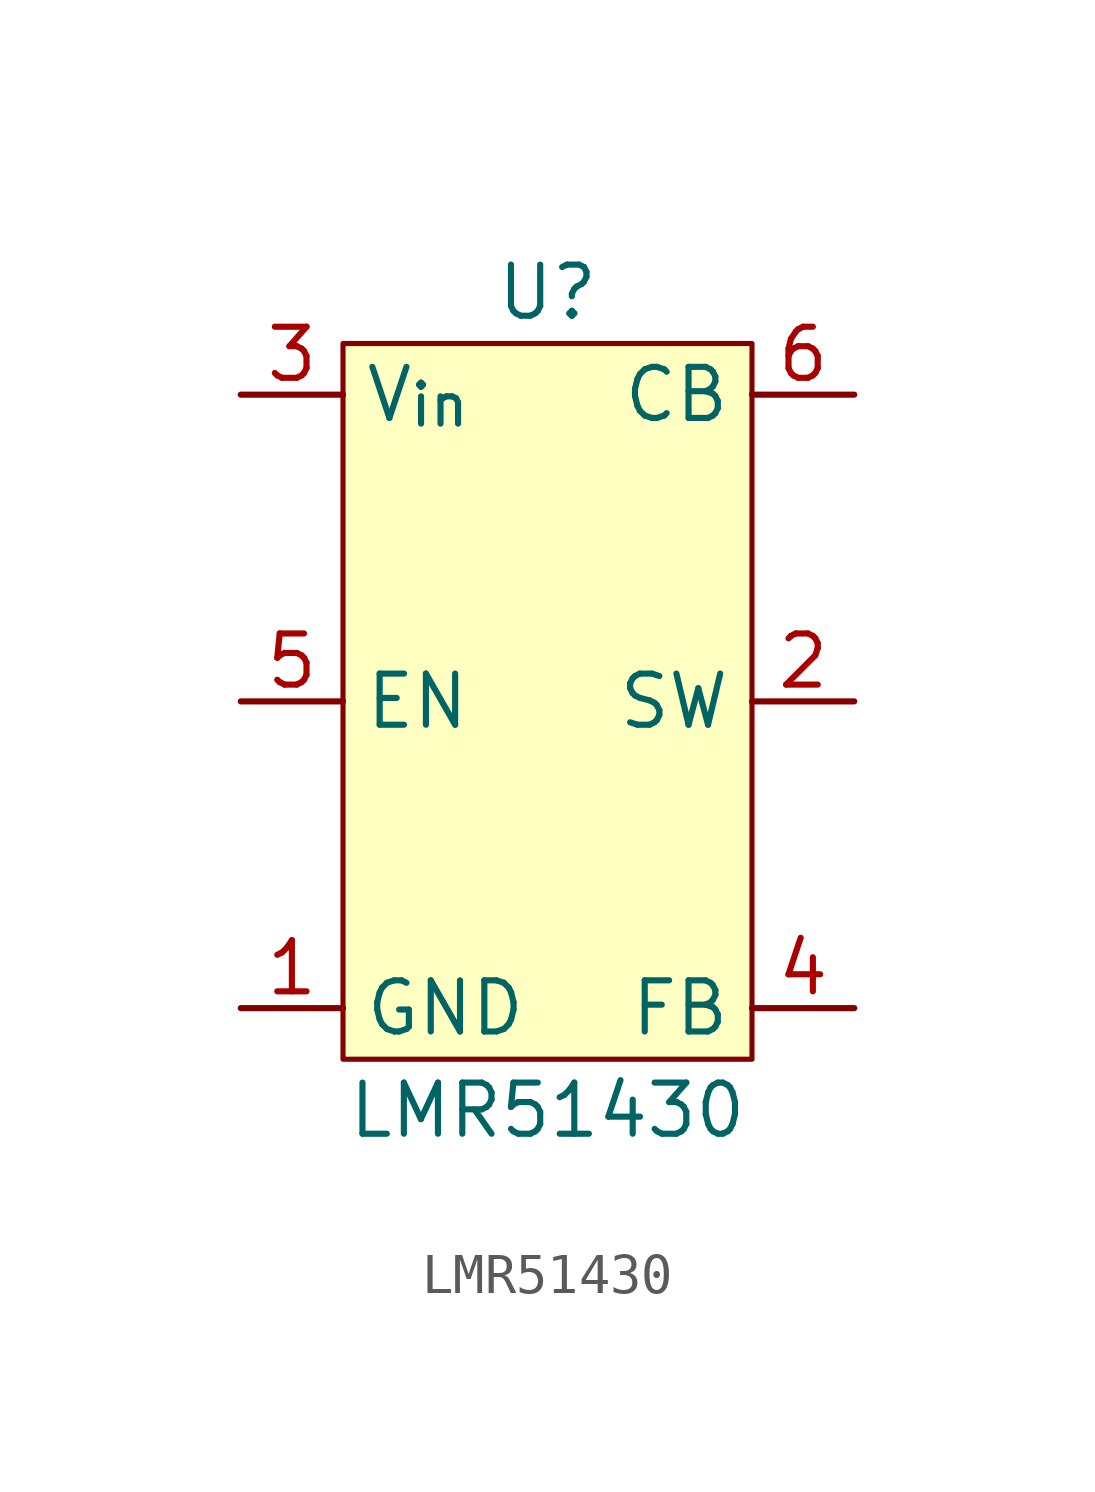
<source format=kicad_sym>
(kicad_symbol_lib
  (version 20220914)
  (generator kicad_symbol_editor)
  (symbol "LMR51430"
    (property "Reference" "U"
      (at 0 10.16 0)
      (effects (font (size 1.27 1.27))))
    (property "Value" "LMR51430"
      (at 0 -10.16 0)
      (effects (font (size 1.27 1.27))))
    (symbol "LMR51430_1_1"
      (rectangle (start -5.08 8.89) (end 5.08 -8.89) (stroke (width 0.127) (type default)) (fill (type background)))
      (pin input line (at -7.62 -7.62 0) (length 2.54) (name "GND" (effects (font (size 1.27 1.27)))) (number "1" (effects (font (size 1.27 1.27)))))
      (pin input line (at 7.62 0 180) (length 2.54) (name "SW" (effects (font (size 1.27 1.27)))) (number "2" (effects (font (size 1.27 1.27)))))
      (pin input line (at -7.62 7.62 0) (length 2.54) (name "V_{in}" (effects (font (size 1.27 1.27)))) (number "3" (effects (font (size 1.27 1.27)))))
      (pin input line (at 7.62 -7.62 180) (length 2.54) (name "FB" (effects (font (size 1.27 1.27)))) (number "4" (effects (font (size 1.27 1.27)))))
      (pin input line (at -7.62 0 0) (length 2.54) (name "EN" (effects (font (size 1.27 1.27)))) (number "5" (effects (font (size 1.27 1.27)))))
      (pin input line (at 7.62 7.62 180) (length 2.54) (name "CB" (effects (font (size 1.27 1.27)))) (number "6" (effects (font (size 1.27 1.27))))))))
</source>
